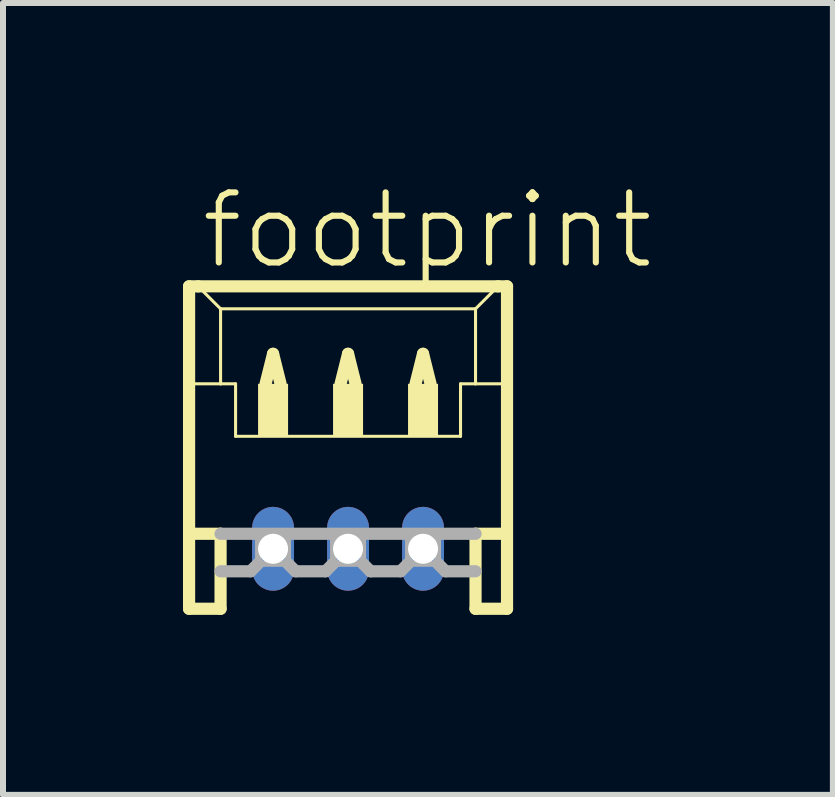
<source format=kicad_pcb>
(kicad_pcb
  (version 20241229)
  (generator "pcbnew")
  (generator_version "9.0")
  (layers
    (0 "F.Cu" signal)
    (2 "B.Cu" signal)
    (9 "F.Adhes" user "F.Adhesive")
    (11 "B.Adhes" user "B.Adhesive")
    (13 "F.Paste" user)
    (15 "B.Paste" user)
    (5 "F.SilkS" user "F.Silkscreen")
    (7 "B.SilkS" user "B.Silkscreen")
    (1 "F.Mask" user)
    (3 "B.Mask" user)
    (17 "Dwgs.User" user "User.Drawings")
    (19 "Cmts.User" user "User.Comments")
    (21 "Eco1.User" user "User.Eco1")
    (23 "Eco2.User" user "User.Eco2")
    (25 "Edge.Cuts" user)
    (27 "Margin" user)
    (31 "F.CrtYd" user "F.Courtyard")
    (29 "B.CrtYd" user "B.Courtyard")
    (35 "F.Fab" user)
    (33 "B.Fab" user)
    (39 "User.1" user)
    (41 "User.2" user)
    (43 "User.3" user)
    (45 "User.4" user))
  (footprint "footprint"
    (layer "F.Cu")
    (at 2.752 4.848)
    (property "Reference" "footprint" (at -2.5 -3.375 0) (layer "F.SilkS") (effects (font (size 1.168 1.168) (thickness 0.102)) (justify left bottom)))
    (fp_line (start -2.65 -3.125) (end -2.65 2.25) (stroke (width 0.203) (type solid)) (layer "F.SilkS"))
    (fp_line (start -2.65 2.25) (end -2.125 2.25) (stroke (width 0.203) (type solid)) (layer "F.SilkS"))
    (fp_line (start -2.625 -1.5) (end -2.125 -1.5) (stroke (width 0.051) (type solid)) (layer "F.SilkS"))
    (fp_line (start -2.625 1) (end -2.125 1) (stroke (width 0.203) (type solid)) (layer "F.SilkS"))
    (fp_line (start -2.5 -3.125) (end -2.65 -3.125) (stroke (width 0.203) (type solid)) (layer "F.SilkS"))
    (fp_line (start -2.125 -2.75) (end -2.5 -3.125) (stroke (width 0.051) (type solid)) (layer "F.SilkS"))
    (fp_line (start -2.125 -2.75) (end 2.125 -2.75) (stroke (width 0.051) (type solid)) (layer "F.SilkS"))
    (fp_line (start -2.125 -1.5) (end -2.125 -2.75) (stroke (width 0.051) (type solid)) (layer "F.SilkS"))
    (fp_line (start -2.125 -1.5) (end -1.875 -1.5) (stroke (width 0.051) (type solid)) (layer "F.SilkS"))
    (fp_line (start -2.125 1) (end -2.125 2.25) (stroke (width 0.203) (type solid)) (layer "F.SilkS"))
    (fp_line (start -1.875 -1.5) (end -1.875 -0.625) (stroke (width 0.051) (type solid)) (layer "F.SilkS"))
    (fp_line (start -1.875 -0.625) (end 1.875 -0.625) (stroke (width 0.051) (type solid)) (layer "F.SilkS"))
    (fp_line (start -1.375 -1.5) (end -1.25 -2) (stroke (width 0.203) (type solid)) (layer "F.SilkS"))
    (fp_line (start -1.25 -2) (end -1.125 -1.5) (stroke (width 0.203) (type solid)) (layer "F.SilkS"))
    (fp_line (start -0.125 -1.5) (end 0 -2) (stroke (width 0.203) (type solid)) (layer "F.SilkS"))
    (fp_line (start 0 -2) (end 0.125 -1.5) (stroke (width 0.203) (type solid)) (layer "F.SilkS"))
    (fp_line (start 1.125 -1.5) (end 1.25 -2) (stroke (width 0.203) (type solid)) (layer "F.SilkS"))
    (fp_line (start 1.25 -2) (end 1.375 -1.5) (stroke (width 0.203) (type solid)) (layer "F.SilkS"))
    (fp_line (start 1.875 -1.5) (end 1.875 -0.625) (stroke (width 0.051) (type solid)) (layer "F.SilkS"))
    (fp_line (start 1.875 -1.5) (end 2.125 -1.5) (stroke (width 0.051) (type solid)) (layer "F.SilkS"))
    (fp_line (start 2.125 -2.75) (end 2.125 -1.5) (stroke (width 0.051) (type solid)) (layer "F.SilkS"))
    (fp_line (start 2.125 -2.75) (end 2.5 -3.125) (stroke (width 0.051) (type solid)) (layer "F.SilkS"))
    (fp_line (start 2.125 -1.5) (end 2.625 -1.5) (stroke (width 0.051) (type solid)) (layer "F.SilkS"))
    (fp_line (start 2.125 1) (end 2.125 2.25) (stroke (width 0.203) (type solid)) (layer "F.SilkS"))
    (fp_line (start 2.125 1) (end 2.625 1) (stroke (width 0.203) (type solid)) (layer "F.SilkS"))
    (fp_line (start 2.125 2.25) (end 2.65 2.25) (stroke (width 0.203) (type solid)) (layer "F.SilkS"))
    (fp_line (start 2.5 -3.125) (end -2.5 -3.125) (stroke (width 0.203) (type solid)) (layer "F.SilkS"))
    (fp_line (start 2.65 -3.125) (end 2.5 -3.125) (stroke (width 0.203) (type solid)) (layer "F.SilkS"))
    (fp_line (start 2.65 2.25) (end 2.65 -3.125) (stroke (width 0.203) (type solid)) (layer "F.SilkS"))
    (fp_poly (pts (xy -1.5 -0.625) (xy -1 -0.625) (xy -1 -1.5) (xy -1.5 -1.5)) (stroke (width 0) (type solid)) (fill yes) (layer "F.SilkS"))
    (fp_poly (pts (xy -0.25 -0.625) (xy 0.25 -0.625) (xy 0.25 -1.5) (xy -0.25 -1.5)) (stroke (width 0) (type solid)) (fill yes) (layer "F.SilkS"))
    (fp_poly (pts (xy 1 -0.625) (xy 1.5 -0.625) (xy 1.5 -1.5) (xy 1 -1.5)) (stroke (width 0) (type solid)) (fill yes) (layer "F.SilkS"))
    (fp_line (start -2.125 1) (end 2.125 1) (stroke (width 0.203) (type solid)) (layer "F.Fab"))
    (fp_line (start -1.625 1.625) (end -2.125 1.625) (stroke (width 0.203) (type solid)) (layer "F.Fab"))
    (fp_line (start -1.5 1.5) (end -1.625 1.625) (stroke (width 0.203) (type solid)) (layer "F.Fab"))
    (fp_line (start -1 1.5) (end -0.875 1.625) (stroke (width 0.203) (type solid)) (layer "F.Fab"))
    (fp_line (start -0.375 1.625) (end -0.875 1.625) (stroke (width 0.203) (type solid)) (layer "F.Fab"))
    (fp_line (start -0.25 1.5) (end -0.375 1.625) (stroke (width 0.203) (type solid)) (layer "F.Fab"))
    (fp_line (start 0.25 1.5) (end 0.375 1.625) (stroke (width 0.203) (type solid)) (layer "F.Fab"))
    (fp_line (start 0.875 1.625) (end 0.375 1.625) (stroke (width 0.203) (type solid)) (layer "F.Fab"))
    (fp_line (start 1 1.5) (end 0.875 1.625) (stroke (width 0.203) (type solid)) (layer "F.Fab"))
    (fp_line (start 1.5 1.5) (end 1.625 1.625) (stroke (width 0.203) (type solid)) (layer "F.Fab"))
    (fp_line (start 2.125 1.625) (end 1.625 1.625) (stroke (width 0.203) (type solid)) (layer "F.Fab"))
    (fp_poly (pts (xy -1.5 1.5) (xy -1 1.5) (xy -1 1) (xy -1.5 1)) (stroke (width 0.1) (type solid)) (fill no) (layer "F.Fab"))
    (fp_poly (pts (xy -0.25 1.5) (xy 0.25 1.5) (xy 0.25 1) (xy -0.25 1)) (stroke (width 0.1) (type solid)) (fill no) (layer "F.Fab"))
    (fp_poly (pts (xy 1 1.5) (xy 1.5 1.5) (xy 1.5 1) (xy 1 1)) (stroke (width 0.1) (type solid)) (fill no) (layer "F.Fab"))
    (pad "1" thru_hole oval (at 1.25 1.25 90) (size 1.397 0.698) (drill 0.5) (layers "*.Cu" "*.Mask"))
    (pad "2" thru_hole oval (at 0 1.25 90) (size 1.397 0.698) (drill 0.5) (layers "*.Cu" "*.Mask"))
    (pad "3" thru_hole oval (at -1.25 1.25 90) (size 1.397 0.698) (drill 0.5) (layers "*.Cu" "*.Mask")))
  (gr_rect
    (start -3 -3)
    (end 10.834 10.2)
    (stroke (width 0.1) (type default))
    (fill no)
    (layer "Edge.Cuts")))
</source>
